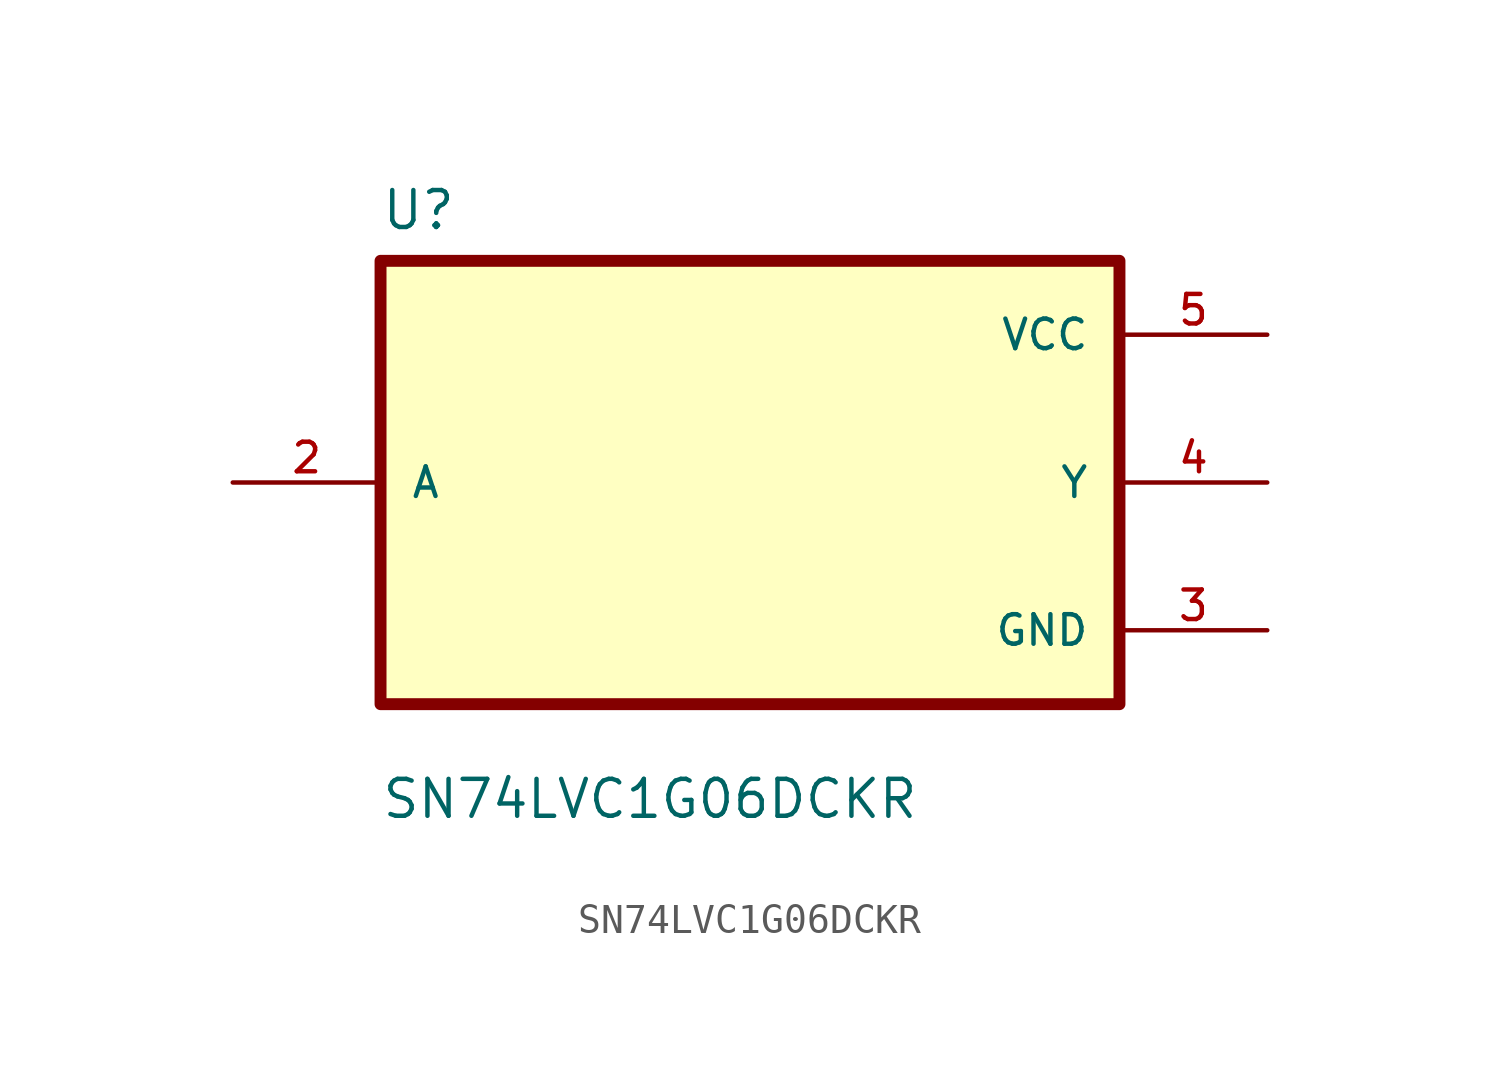
<source format=kicad_sym>
(kicad_symbol_lib
  (version 20211014)
  (generator kicad_symbol_editor)
  (symbol "SN74LVC1G06DCKR"
    (pin_names
      (offset 1.016))
    (property "Reference" "U"
      (at -12.7 8.62 0.0)
      (effects (font (size 1.27 1.27)) (justify bottom left)))
    (property "Value" "SN74LVC1G06DCKR"
      (at -12.7 -11.62 0.0)
      (effects (font (size 1.27 1.27)) (justify bottom left)))
    (symbol "SN74LVC1G06DCKR_0_0"
      (rectangle (start -12.7 -7.62) (end 12.7 7.62) (stroke (width 0.41)) (fill (type background)))
      (pin input line (at -17.78 0.0 0) (length 5.08) (name "A" (effects (font (size 1.016 1.016)))) (number "2" (effects (font (size 1.016 1.016)))))
      (pin power_in line (at 17.78 5.08 180.0) (length 5.08) (name "VCC" (effects (font (size 1.016 1.016)))) (number "5" (effects (font (size 1.016 1.016)))))
      (pin output line (at 17.78 0.0 180.0) (length 5.08) (name "Y" (effects (font (size 1.016 1.016)))) (number "4" (effects (font (size 1.016 1.016)))))
      (pin power_in line (at 17.78 -5.08 180.0) (length 5.08) (name "GND" (effects (font (size 1.016 1.016)))) (number "3" (effects (font (size 1.016 1.016))))))))
</source>
